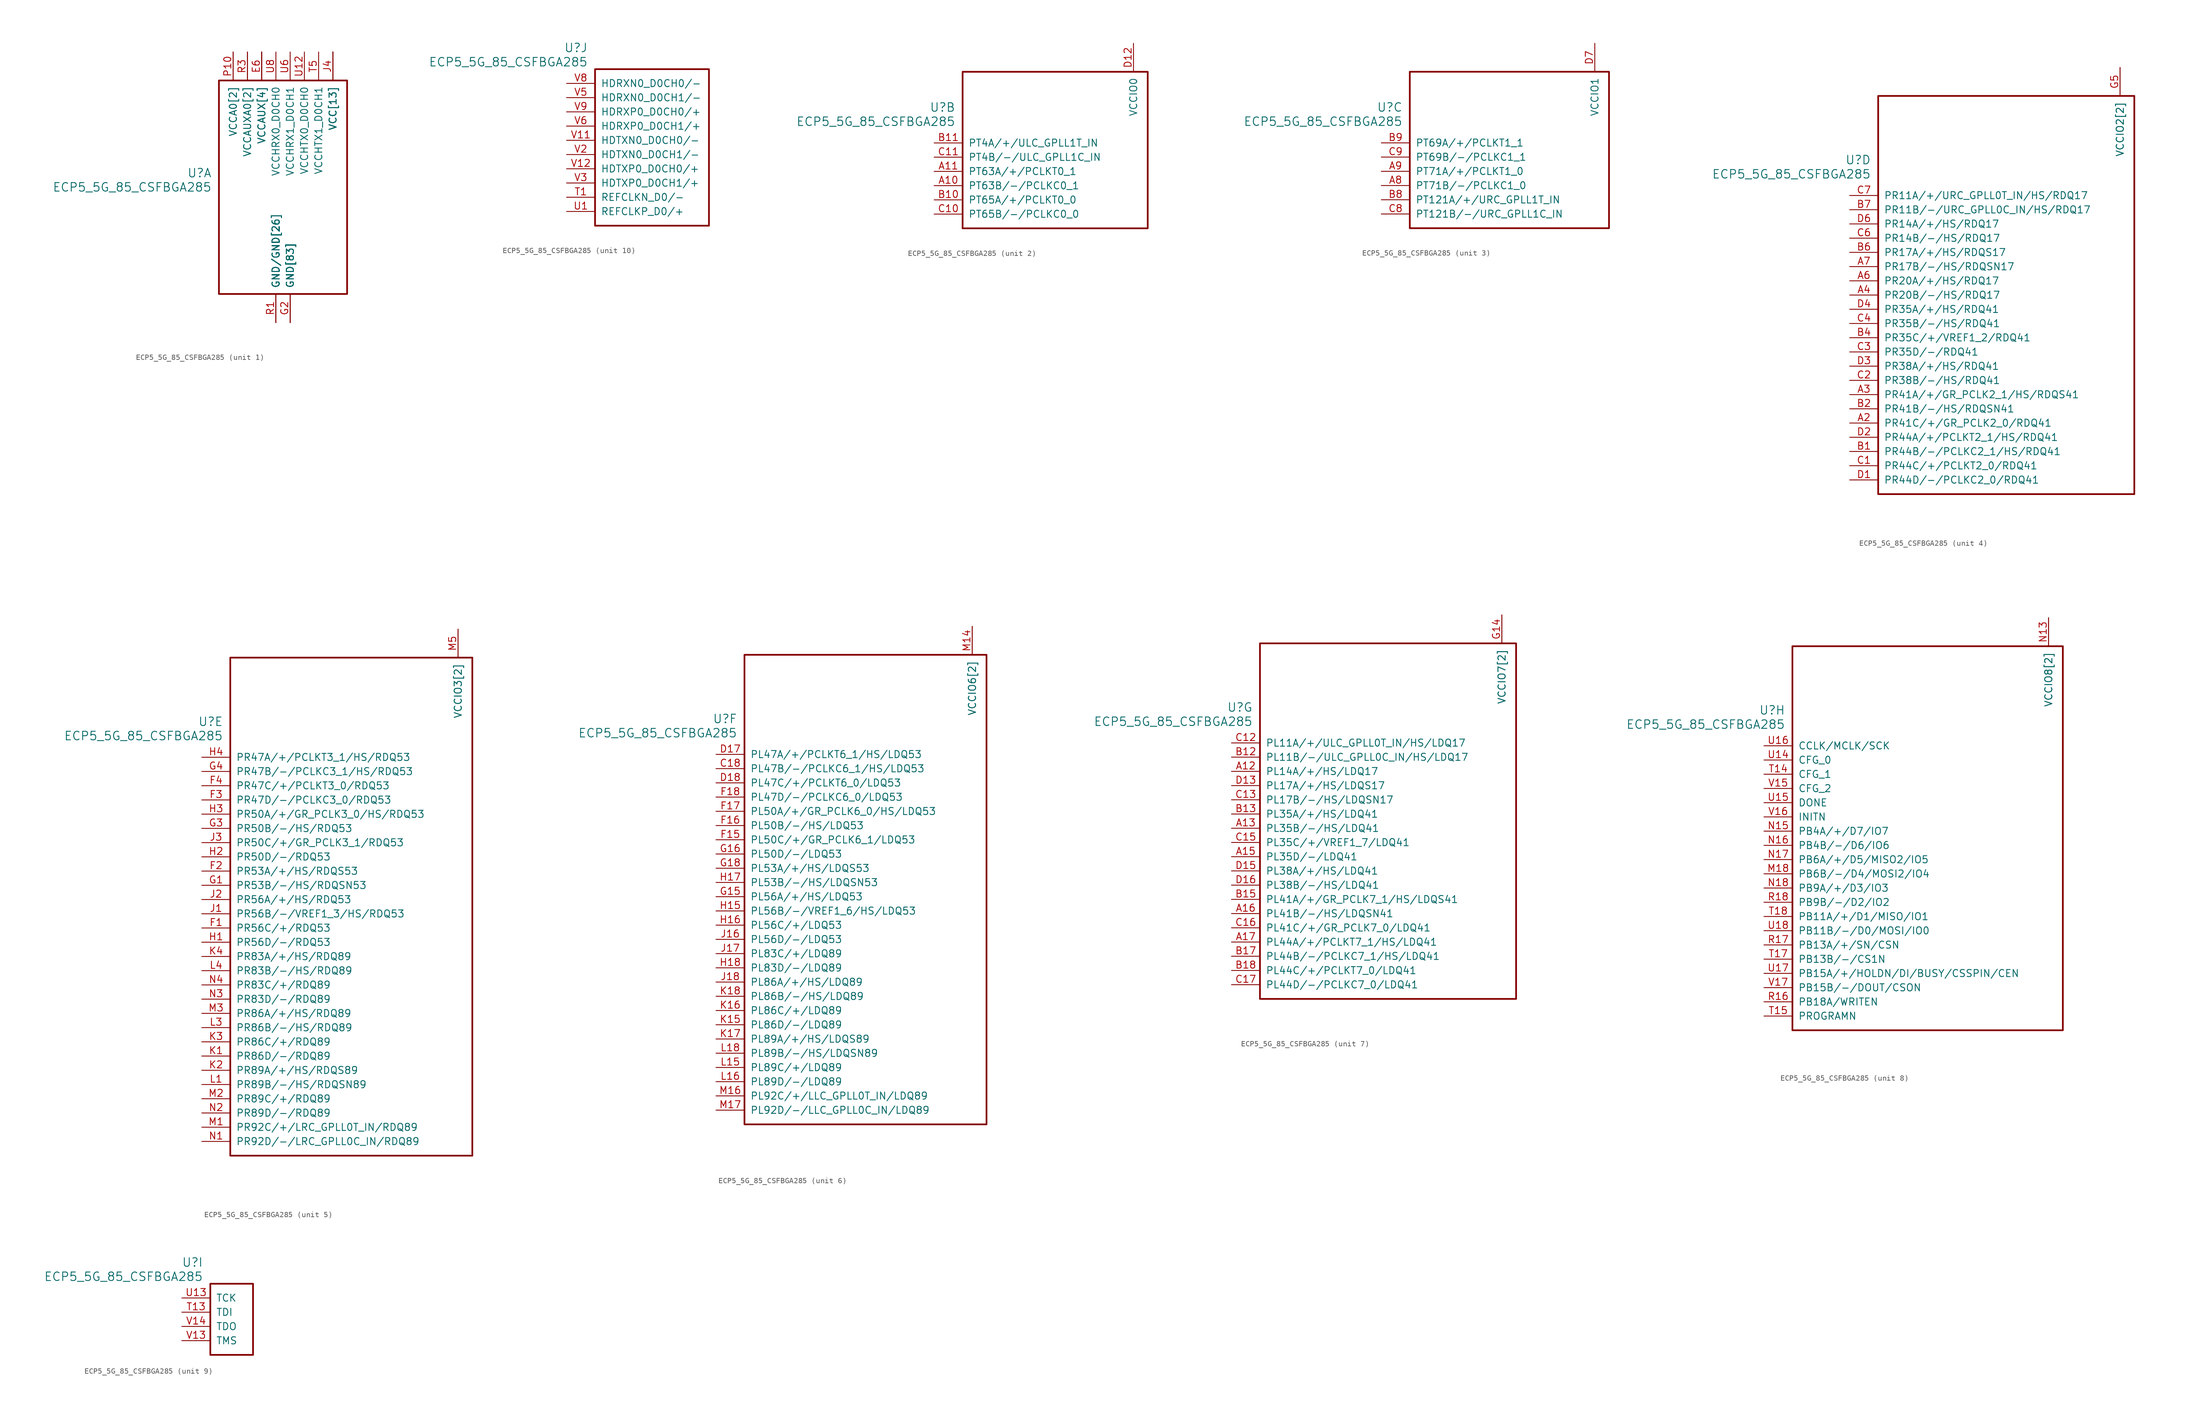
<source format=kicad_sym>
(kicad_symbol_lib
  (version 20241209)
  (generator "kicad_symbol_editor")
  (generator_version "9.0")
  (symbol "ECP5_5G_85_CSFBGA285"
    (pin_names
      (offset 1.016))
    (property "Reference" "U"
      (at 3.81 6.35 0)
      (effects (font (size 1.524 1.524)) (justify right)))
    (property "Value" "ECP5_5G_85_CSFBGA285"
      (at 3.81 3.81 0)
      (effects (font (size 1.524 1.524)) (justify right)))
    (property "ki_locked" ""
      (at 0 0 0)
      (effects (font (size 1.27 1.27))))
    (symbol "ECP5_5G_85_CSFBGA285_1_1"
      (rectangle (start 5.08 22.86) (end 27.94 -15.24) (stroke (width 0.305) (type solid)) (fill (type none)))
      (pin power_in line (at 7.62 27.94 270) (length 5.08) (name "VCCA0[2]" (effects (font (size 1.27 1.27)))) (number "P10" (effects (font (size 1.27 1.27)))))
      (pin power_in line (at 7.62 27.94 270) (length 5.08) (name "VCCA0[2]" (effects (font (size 1.27 1.27)))) (number "R10" (effects (font (size 0 0)))))
      (pin power_in line (at 10.16 27.94 270) (length 5.08) (name "VCCAUXA0[2]" (effects (font (size 1.27 1.27)))) (number "P5" (effects (font (size 0 0)))))
      (pin power_in line (at 10.16 27.94 270) (length 5.08) (name "VCCAUXA0[2]" (effects (font (size 1.27 1.27)))) (number "R3" (effects (font (size 1.27 1.27)))))
      (pin power_in line (at 12.7 27.94 270) (length 5.08) (name "VCCAUX[4]" (effects (font (size 1.27 1.27)))) (number "E13" (effects (font (size 0 0)))))
      (pin power_in line (at 12.7 27.94 270) (length 5.08) (name "VCCAUX[4]" (effects (font (size 1.27 1.27)))) (number "E6" (effects (font (size 1.27 1.27)))))
      (pin power_in line (at 12.7 27.94 270) (length 5.08) (name "VCCAUX[4]" (effects (font (size 1.27 1.27)))) (number "N6" (effects (font (size 0 0)))))
      (pin power_in line (at 12.7 27.94 270) (length 5.08) (name "VCCAUX[4]" (effects (font (size 1.27 1.27)))) (number "P13" (effects (font (size 0 0)))))
      (pin power_in line (at 15.24 27.94 270) (length 5.08) (name "VCCHRX0_D0CH0" (effects (font (size 1.27 1.27)))) (number "U8" (effects (font (size 1.27 1.27)))))
      (pin power_in line (at 15.24 -20.32 90) (length 5.08) (name "GND/GND[26]" (effects (font (size 1.27 1.27)))) (number "P12" (effects (font (size 0 0)))))
      (pin power_in line (at 15.24 -20.32 90) (length 5.08) (name "GND/GND[26]" (effects (font (size 1.27 1.27)))) (number "P6" (effects (font (size 0 0)))))
      (pin power_in line (at 15.24 -20.32 90) (length 5.08) (name "GND/GND[26]" (effects (font (size 1.27 1.27)))) (number "P8" (effects (font (size 0 0)))))
      (pin power_in line (at 15.24 -20.32 90) (length 5.08) (name "GND/GND[26]" (effects (font (size 1.27 1.27)))) (number "R1" (effects (font (size 1.27 1.27)))))
      (pin power_in line (at 15.24 -20.32 90) (length 5.08) (name "GND/GND[26]" (effects (font (size 1.27 1.27)))) (number "R2" (effects (font (size 0 0)))))
      (pin power_in line (at 15.24 -20.32 90) (length 5.08) (name "GND/GND[26]" (effects (font (size 1.27 1.27)))) (number "T10" (effects (font (size 0 0)))))
      (pin power_in line (at 15.24 -20.32 90) (length 5.08) (name "GND/GND[26]" (effects (font (size 1.27 1.27)))) (number "T11" (effects (font (size 0 0)))))
      (pin power_in line (at 15.24 -20.32 90) (length 5.08) (name "GND/GND[26]" (effects (font (size 1.27 1.27)))) (number "T12" (effects (font (size 0 0)))))
      (pin power_in line (at 15.24 -20.32 90) (length 5.08) (name "GND/GND[26]" (effects (font (size 1.27 1.27)))) (number "T2" (effects (font (size 0 0)))))
      (pin power_in line (at 15.24 -20.32 90) (length 5.08) (name "GND/GND[26]" (effects (font (size 1.27 1.27)))) (number "T3" (effects (font (size 0 0)))))
      (pin power_in line (at 15.24 -20.32 90) (length 5.08) (name "GND/GND[26]" (effects (font (size 1.27 1.27)))) (number "T4" (effects (font (size 0 0)))))
      (pin power_in line (at 15.24 -20.32 90) (length 5.08) (name "GND/GND[26]" (effects (font (size 1.27 1.27)))) (number "T6" (effects (font (size 0 0)))))
      (pin power_in line (at 15.24 -20.32 90) (length 5.08) (name "GND/GND[26]" (effects (font (size 1.27 1.27)))) (number "T7" (effects (font (size 0 0)))))
      (pin power_in line (at 15.24 -20.32 90) (length 5.08) (name "GND/GND[26]" (effects (font (size 1.27 1.27)))) (number "T8" (effects (font (size 0 0)))))
      (pin power_in line (at 15.24 -20.32 90) (length 5.08) (name "GND/GND[26]" (effects (font (size 1.27 1.27)))) (number "T9" (effects (font (size 0 0)))))
      (pin power_in line (at 15.24 -20.32 90) (length 5.08) (name "GND/GND[26]" (effects (font (size 1.27 1.27)))) (number "U10" (effects (font (size 0 0)))))
      (pin power_in line (at 15.24 -20.32 90) (length 5.08) (name "GND/GND[26]" (effects (font (size 1.27 1.27)))) (number "U11" (effects (font (size 0 0)))))
      (pin power_in line (at 15.24 -20.32 90) (length 5.08) (name "GND/GND[26]" (effects (font (size 1.27 1.27)))) (number "U2" (effects (font (size 0 0)))))
      (pin power_in line (at 15.24 -20.32 90) (length 5.08) (name "GND/GND[26]" (effects (font (size 1.27 1.27)))) (number "U3" (effects (font (size 0 0)))))
      (pin power_in line (at 15.24 -20.32 90) (length 5.08) (name "GND/GND[26]" (effects (font (size 1.27 1.27)))) (number "U4" (effects (font (size 0 0)))))
      (pin power_in line (at 15.24 -20.32 90) (length 5.08) (name "GND/GND[26]" (effects (font (size 1.27 1.27)))) (number "U5" (effects (font (size 0 0)))))
      (pin power_in line (at 15.24 -20.32 90) (length 5.08) (name "GND/GND[26]" (effects (font (size 1.27 1.27)))) (number "U7" (effects (font (size 0 0)))))
      (pin power_in line (at 15.24 -20.32 90) (length 5.08) (name "GND/GND[26]" (effects (font (size 1.27 1.27)))) (number "U9" (effects (font (size 0 0)))))
      (pin power_in line (at 15.24 -20.32 90) (length 5.08) (name "GND/GND[26]" (effects (font (size 1.27 1.27)))) (number "V10" (effects (font (size 0 0)))))
      (pin power_in line (at 15.24 -20.32 90) (length 5.08) (name "GND/GND[26]" (effects (font (size 1.27 1.27)))) (number "V4" (effects (font (size 0 0)))))
      (pin power_in line (at 15.24 -20.32 90) (length 5.08) (name "GND/GND[26]" (effects (font (size 1.27 1.27)))) (number "V7" (effects (font (size 0 0)))))
      (pin power_in line (at 17.78 27.94 270) (length 5.08) (name "VCCHRX1_D0CH1" (effects (font (size 1.27 1.27)))) (number "U6" (effects (font (size 1.27 1.27)))))
      (pin power_in line (at 17.78 -20.32 90) (length 5.08) (name "GND[83]" (effects (font (size 1.27 1.27)))) (number "B16" (effects (font (size 0 0)))))
      (pin power_in line (at 17.78 -20.32 90) (length 5.08) (name "GND[83]" (effects (font (size 1.27 1.27)))) (number "B3" (effects (font (size 0 0)))))
      (pin power_in line (at 17.78 -20.32 90) (length 5.08) (name "GND[83]" (effects (font (size 1.27 1.27)))) (number "E10" (effects (font (size 0 0)))))
      (pin power_in line (at 17.78 -20.32 90) (length 5.08) (name "GND[83]" (effects (font (size 1.27 1.27)))) (number "E11" (effects (font (size 0 0)))))
      (pin power_in line (at 17.78 -20.32 90) (length 5.08) (name "GND[83]" (effects (font (size 1.27 1.27)))) (number "E12" (effects (font (size 0 0)))))
      (pin power_in line (at 17.78 -20.32 90) (length 5.08) (name "GND[83]" (effects (font (size 1.27 1.27)))) (number "E14" (effects (font (size 0 0)))))
      (pin power_in line (at 17.78 -20.32 90) (length 5.08) (name "GND[83]" (effects (font (size 1.27 1.27)))) (number "E5" (effects (font (size 0 0)))))
      (pin power_in line (at 17.78 -20.32 90) (length 5.08) (name "GND[83]" (effects (font (size 1.27 1.27)))) (number "E7" (effects (font (size 0 0)))))
      (pin power_in line (at 17.78 -20.32 90) (length 5.08) (name "GND[83]" (effects (font (size 1.27 1.27)))) (number "E8" (effects (font (size 0 0)))))
      (pin power_in line (at 17.78 -20.32 90) (length 5.08) (name "GND[83]" (effects (font (size 1.27 1.27)))) (number "E9" (effects (font (size 0 0)))))
      (pin power_in line (at 17.78 -20.32 90) (length 5.08) (name "GND[83]" (effects (font (size 1.27 1.27)))) (number "F10" (effects (font (size 0 0)))))
      (pin power_in line (at 17.78 -20.32 90) (length 5.08) (name "GND[83]" (effects (font (size 1.27 1.27)))) (number "F11" (effects (font (size 0 0)))))
      (pin power_in line (at 17.78 -20.32 90) (length 5.08) (name "GND[83]" (effects (font (size 1.27 1.27)))) (number "F12" (effects (font (size 0 0)))))
      (pin power_in line (at 17.78 -20.32 90) (length 5.08) (name "GND[83]" (effects (font (size 1.27 1.27)))) (number "F13" (effects (font (size 0 0)))))
      (pin power_in line (at 17.78 -20.32 90) (length 5.08) (name "GND[83]" (effects (font (size 1.27 1.27)))) (number "F14" (effects (font (size 0 0)))))
      (pin power_in line (at 17.78 -20.32 90) (length 5.08) (name "GND[83]" (effects (font (size 1.27 1.27)))) (number "F5" (effects (font (size 0 0)))))
      (pin power_in line (at 17.78 -20.32 90) (length 5.08) (name "GND[83]" (effects (font (size 1.27 1.27)))) (number "F6" (effects (font (size 0 0)))))
      (pin power_in line (at 17.78 -20.32 90) (length 5.08) (name "GND[83]" (effects (font (size 1.27 1.27)))) (number "F7" (effects (font (size 0 0)))))
      (pin power_in line (at 17.78 -20.32 90) (length 5.08) (name "GND[83]" (effects (font (size 1.27 1.27)))) (number "F8" (effects (font (size 0 0)))))
      (pin power_in line (at 17.78 -20.32 90) (length 5.08) (name "GND[83]" (effects (font (size 1.27 1.27)))) (number "F9" (effects (font (size 0 0)))))
      (pin power_in line (at 17.78 -20.32 90) (length 5.08) (name "GND[83]" (effects (font (size 1.27 1.27)))) (number "G10" (effects (font (size 0 0)))))
      (pin power_in line (at 17.78 -20.32 90) (length 5.08) (name "GND[83]" (effects (font (size 1.27 1.27)))) (number "G11" (effects (font (size 0 0)))))
      (pin power_in line (at 17.78 -20.32 90) (length 5.08) (name "GND[83]" (effects (font (size 1.27 1.27)))) (number "G12" (effects (font (size 0 0)))))
      (pin power_in line (at 17.78 -20.32 90) (length 5.08) (name "GND[83]" (effects (font (size 1.27 1.27)))) (number "G13" (effects (font (size 0 0)))))
      (pin power_in line (at 17.78 -20.32 90) (length 5.08) (name "GND[83]" (effects (font (size 1.27 1.27)))) (number "G17" (effects (font (size 0 0)))))
      (pin power_in line (at 17.78 -20.32 90) (length 5.08) (name "GND[83]" (effects (font (size 1.27 1.27)))) (number "G2" (effects (font (size 1.27 1.27)))))
      (pin power_in line (at 17.78 -20.32 90) (length 5.08) (name "GND[83]" (effects (font (size 1.27 1.27)))) (number "G6" (effects (font (size 0 0)))))
      (pin power_in line (at 17.78 -20.32 90) (length 5.08) (name "GND[83]" (effects (font (size 1.27 1.27)))) (number "G7" (effects (font (size 0 0)))))
      (pin power_in line (at 17.78 -20.32 90) (length 5.08) (name "GND[83]" (effects (font (size 1.27 1.27)))) (number "G8" (effects (font (size 0 0)))))
      (pin power_in line (at 17.78 -20.32 90) (length 5.08) (name "GND[83]" (effects (font (size 1.27 1.27)))) (number "G9" (effects (font (size 0 0)))))
      (pin power_in line (at 17.78 -20.32 90) (length 5.08) (name "GND[83]" (effects (font (size 1.27 1.27)))) (number "H10" (effects (font (size 0 0)))))
      (pin power_in line (at 17.78 -20.32 90) (length 5.08) (name "GND[83]" (effects (font (size 1.27 1.27)))) (number "H11" (effects (font (size 0 0)))))
      (pin power_in line (at 17.78 -20.32 90) (length 5.08) (name "GND[83]" (effects (font (size 1.27 1.27)))) (number "H12" (effects (font (size 0 0)))))
      (pin power_in line (at 17.78 -20.32 90) (length 5.08) (name "GND[83]" (effects (font (size 1.27 1.27)))) (number "H13" (effects (font (size 0 0)))))
      (pin power_in line (at 17.78 -20.32 90) (length 5.08) (name "GND[83]" (effects (font (size 1.27 1.27)))) (number "H6" (effects (font (size 0 0)))))
      (pin power_in line (at 17.78 -20.32 90) (length 5.08) (name "GND[83]" (effects (font (size 1.27 1.27)))) (number "H7" (effects (font (size 0 0)))))
      (pin power_in line (at 17.78 -20.32 90) (length 5.08) (name "GND[83]" (effects (font (size 1.27 1.27)))) (number "H8" (effects (font (size 0 0)))))
      (pin power_in line (at 17.78 -20.32 90) (length 5.08) (name "GND[83]" (effects (font (size 1.27 1.27)))) (number "H9" (effects (font (size 0 0)))))
      (pin power_in line (at 17.78 -20.32 90) (length 5.08) (name "GND[83]" (effects (font (size 1.27 1.27)))) (number "J10" (effects (font (size 0 0)))))
      (pin power_in line (at 17.78 -20.32 90) (length 5.08) (name "GND[83]" (effects (font (size 1.27 1.27)))) (number "J11" (effects (font (size 0 0)))))
      (pin power_in line (at 17.78 -20.32 90) (length 5.08) (name "GND[83]" (effects (font (size 1.27 1.27)))) (number "J12" (effects (font (size 0 0)))))
      (pin power_in line (at 17.78 -20.32 90) (length 5.08) (name "GND[83]" (effects (font (size 1.27 1.27)))) (number "J13" (effects (font (size 0 0)))))
      (pin power_in line (at 17.78 -20.32 90) (length 5.08) (name "GND[83]" (effects (font (size 1.27 1.27)))) (number "J6" (effects (font (size 0 0)))))
      (pin power_in line (at 17.78 -20.32 90) (length 5.08) (name "GND[83]" (effects (font (size 1.27 1.27)))) (number "J7" (effects (font (size 0 0)))))
      (pin power_in line (at 17.78 -20.32 90) (length 5.08) (name "GND[83]" (effects (font (size 1.27 1.27)))) (number "J8" (effects (font (size 0 0)))))
      (pin power_in line (at 17.78 -20.32 90) (length 5.08) (name "GND[83]" (effects (font (size 1.27 1.27)))) (number "J9" (effects (font (size 0 0)))))
      (pin power_in line (at 17.78 -20.32 90) (length 5.08) (name "GND[83]" (effects (font (size 1.27 1.27)))) (number "K10" (effects (font (size 0 0)))))
      (pin power_in line (at 17.78 -20.32 90) (length 5.08) (name "GND[83]" (effects (font (size 1.27 1.27)))) (number "K11" (effects (font (size 0 0)))))
      (pin power_in line (at 17.78 -20.32 90) (length 5.08) (name "GND[83]" (effects (font (size 1.27 1.27)))) (number "K12" (effects (font (size 0 0)))))
      (pin power_in line (at 17.78 -20.32 90) (length 5.08) (name "GND[83]" (effects (font (size 1.27 1.27)))) (number "K13" (effects (font (size 0 0)))))
      (pin power_in line (at 17.78 -20.32 90) (length 5.08) (name "GND[83]" (effects (font (size 1.27 1.27)))) (number "K14" (effects (font (size 0 0)))))
      (pin power_in line (at 17.78 -20.32 90) (length 5.08) (name "GND[83]" (effects (font (size 1.27 1.27)))) (number "K5" (effects (font (size 0 0)))))
      (pin power_in line (at 17.78 -20.32 90) (length 5.08) (name "GND[83]" (effects (font (size 1.27 1.27)))) (number "K6" (effects (font (size 0 0)))))
      (pin power_in line (at 17.78 -20.32 90) (length 5.08) (name "GND[83]" (effects (font (size 1.27 1.27)))) (number "K7" (effects (font (size 0 0)))))
      (pin power_in line (at 17.78 -20.32 90) (length 5.08) (name "GND[83]" (effects (font (size 1.27 1.27)))) (number "K8" (effects (font (size 0 0)))))
      (pin power_in line (at 17.78 -20.32 90) (length 5.08) (name "GND[83]" (effects (font (size 1.27 1.27)))) (number "K9" (effects (font (size 0 0)))))
      (pin power_in line (at 17.78 -20.32 90) (length 5.08) (name "GND[83]" (effects (font (size 1.27 1.27)))) (number "L10" (effects (font (size 0 0)))))
      (pin power_in line (at 17.78 -20.32 90) (length 5.08) (name "GND[83]" (effects (font (size 1.27 1.27)))) (number "L11" (effects (font (size 0 0)))))
      (pin power_in line (at 17.78 -20.32 90) (length 5.08) (name "GND[83]" (effects (font (size 1.27 1.27)))) (number "L12" (effects (font (size 0 0)))))
      (pin power_in line (at 17.78 -20.32 90) (length 5.08) (name "GND[83]" (effects (font (size 1.27 1.27)))) (number "L13" (effects (font (size 0 0)))))
      (pin power_in line (at 17.78 -20.32 90) (length 5.08) (name "GND[83]" (effects (font (size 1.27 1.27)))) (number "L14" (effects (font (size 0 0)))))
      (pin power_in line (at 17.78 -20.32 90) (length 5.08) (name "GND[83]" (effects (font (size 1.27 1.27)))) (number "L17" (effects (font (size 0 0)))))
      (pin power_in line (at 17.78 -20.32 90) (length 5.08) (name "GND[83]" (effects (font (size 1.27 1.27)))) (number "L2" (effects (font (size 0 0)))))
      (pin power_in line (at 17.78 -20.32 90) (length 5.08) (name "GND[83]" (effects (font (size 1.27 1.27)))) (number "L5" (effects (font (size 0 0)))))
      (pin power_in line (at 17.78 -20.32 90) (length 5.08) (name "GND[83]" (effects (font (size 1.27 1.27)))) (number "L6" (effects (font (size 0 0)))))
      (pin power_in line (at 17.78 -20.32 90) (length 5.08) (name "GND[83]" (effects (font (size 1.27 1.27)))) (number "L7" (effects (font (size 0 0)))))
      (pin power_in line (at 17.78 -20.32 90) (length 5.08) (name "GND[83]" (effects (font (size 1.27 1.27)))) (number "L8" (effects (font (size 0 0)))))
      (pin power_in line (at 17.78 -20.32 90) (length 5.08) (name "GND[83]" (effects (font (size 1.27 1.27)))) (number "L9" (effects (font (size 0 0)))))
      (pin power_in line (at 17.78 -20.32 90) (length 5.08) (name "GND[83]" (effects (font (size 1.27 1.27)))) (number "M10" (effects (font (size 0 0)))))
      (pin power_in line (at 17.78 -20.32 90) (length 5.08) (name "GND[83]" (effects (font (size 1.27 1.27)))) (number "M11" (effects (font (size 0 0)))))
      (pin power_in line (at 17.78 -20.32 90) (length 5.08) (name "GND[83]" (effects (font (size 1.27 1.27)))) (number "M12" (effects (font (size 0 0)))))
      (pin power_in line (at 17.78 -20.32 90) (length 5.08) (name "GND[83]" (effects (font (size 1.27 1.27)))) (number "M13" (effects (font (size 0 0)))))
      (pin power_in line (at 17.78 -20.32 90) (length 5.08) (name "GND[83]" (effects (font (size 1.27 1.27)))) (number "M6" (effects (font (size 0 0)))))
      (pin power_in line (at 17.78 -20.32 90) (length 5.08) (name "GND[83]" (effects (font (size 1.27 1.27)))) (number "M7" (effects (font (size 0 0)))))
      (pin power_in line (at 17.78 -20.32 90) (length 5.08) (name "GND[83]" (effects (font (size 1.27 1.27)))) (number "M8" (effects (font (size 0 0)))))
      (pin power_in line (at 17.78 -20.32 90) (length 5.08) (name "GND[83]" (effects (font (size 1.27 1.27)))) (number "M9" (effects (font (size 0 0)))))
      (pin power_in line (at 17.78 -20.32 90) (length 5.08) (name "GND[83]" (effects (font (size 1.27 1.27)))) (number "N10" (effects (font (size 0 0)))))
      (pin power_in line (at 17.78 -20.32 90) (length 5.08) (name "GND[83]" (effects (font (size 1.27 1.27)))) (number "N11" (effects (font (size 0 0)))))
      (pin power_in line (at 17.78 -20.32 90) (length 5.08) (name "GND[83]" (effects (font (size 1.27 1.27)))) (number "N12" (effects (font (size 0 0)))))
      (pin power_in line (at 17.78 -20.32 90) (length 5.08) (name "GND[83]" (effects (font (size 1.27 1.27)))) (number "N7" (effects (font (size 0 0)))))
      (pin power_in line (at 17.78 -20.32 90) (length 5.08) (name "GND[83]" (effects (font (size 1.27 1.27)))) (number "N8" (effects (font (size 0 0)))))
      (pin power_in line (at 17.78 -20.32 90) (length 5.08) (name "GND[83]" (effects (font (size 1.27 1.27)))) (number "N9" (effects (font (size 0 0)))))
      (pin power_in line (at 17.78 -20.32 90) (length 5.08) (name "GND[83]" (effects (font (size 1.27 1.27)))) (number "T16" (effects (font (size 0 0)))))
      (pin power_in line (at 20.32 27.94 270) (length 5.08) (name "VCCHTX0_D0CH0" (effects (font (size 1.27 1.27)))) (number "U12" (effects (font (size 1.27 1.27)))))
      (pin power_in line (at 22.86 27.94 270) (length 5.08) (name "VCCHTX1_D0CH1" (effects (font (size 1.27 1.27)))) (number "T5" (effects (font (size 1.27 1.27)))))
      (pin power_in line (at 25.4 27.94 270) (length 5.08) (name "VCC[13]" (effects (font (size 1.27 1.27)))) (number "D10" (effects (font (size 0 0)))))
      (pin power_in line (at 25.4 27.94 270) (length 5.08) (name "VCC[13]" (effects (font (size 1.27 1.27)))) (number "D11" (effects (font (size 0 0)))))
      (pin power_in line (at 25.4 27.94 270) (length 5.08) (name "VCC[13]" (effects (font (size 1.27 1.27)))) (number "D8" (effects (font (size 0 0)))))
      (pin power_in line (at 25.4 27.94 270) (length 5.08) (name "VCC[13]" (effects (font (size 1.27 1.27)))) (number "D9" (effects (font (size 0 0)))))
      (pin power_in line (at 25.4 27.94 270) (length 5.08) (name "VCC[13]" (effects (font (size 1.27 1.27)))) (number "J14" (effects (font (size 0 0)))))
      (pin power_in line (at 25.4 27.94 270) (length 5.08) (name "VCC[13]" (effects (font (size 1.27 1.27)))) (number "J15" (effects (font (size 0 0)))))
      (pin power_in line (at 25.4 27.94 270) (length 5.08) (name "VCC[13]" (effects (font (size 1.27 1.27)))) (number "J4" (effects (font (size 1.27 1.27)))))
      (pin power_in line (at 25.4 27.94 270) (length 5.08) (name "VCC[13]" (effects (font (size 1.27 1.27)))) (number "J5" (effects (font (size 0 0)))))
      (pin power_in line (at 25.4 27.94 270) (length 5.08) (name "VCC[13]" (effects (font (size 1.27 1.27)))) (number "M15" (effects (font (size 0 0)))))
      (pin power_in line (at 25.4 27.94 270) (length 5.08) (name "VCC[13]" (effects (font (size 1.27 1.27)))) (number "M4" (effects (font (size 0 0)))))
      (pin power_in line (at 25.4 27.94 270) (length 5.08) (name "VCC[13]" (effects (font (size 1.27 1.27)))) (number "P11" (effects (font (size 0 0)))))
      (pin power_in line (at 25.4 27.94 270) (length 5.08) (name "VCC[13]" (effects (font (size 1.27 1.27)))) (number "P7" (effects (font (size 0 0)))))
      (pin power_in line (at 25.4 27.94 270) (length 5.08) (name "VCC[13]" (effects (font (size 1.27 1.27)))) (number "P9" (effects (font (size 0 0))))))
    (symbol "ECP5_5G_85_CSFBGA285_2_1"
      (rectangle (start 5.08 12.7) (end 38.1 -15.24) (stroke (width 0.305) (type solid)) (fill (type none)))
      (pin bidirectional line (at 0 0 0) (length 5.08) (name "PT4A/+/ULC_GPLL1T_IN" (effects (font (size 1.27 1.27)))) (number "B11" (effects (font (size 1.27 1.27)))))
      (pin bidirectional line (at 0 -2.54 0) (length 5.08) (name "PT4B/-/ULC_GPLL1C_IN" (effects (font (size 1.27 1.27)))) (number "C11" (effects (font (size 1.27 1.27)))))
      (pin bidirectional line (at 0 -5.08 0) (length 5.08) (name "PT63A/+/PCLKT0_1" (effects (font (size 1.27 1.27)))) (number "A11" (effects (font (size 1.27 1.27)))))
      (pin bidirectional line (at 0 -7.62 0) (length 5.08) (name "PT63B/-/PCLKC0_1" (effects (font (size 1.27 1.27)))) (number "A10" (effects (font (size 1.27 1.27)))))
      (pin bidirectional line (at 0 -10.16 0) (length 5.08) (name "PT65A/+/PCLKT0_0" (effects (font (size 1.27 1.27)))) (number "B10" (effects (font (size 1.27 1.27)))))
      (pin bidirectional line (at 0 -12.7 0) (length 5.08) (name "PT65B/-/PCLKC0_0" (effects (font (size 1.27 1.27)))) (number "C10" (effects (font (size 1.27 1.27)))))
      (pin power_in line (at 35.56 17.78 270) (length 5.08) (name "VCCIO0" (effects (font (size 1.27 1.27)))) (number "D12" (effects (font (size 1.27 1.27))))))
    (symbol "ECP5_5G_85_CSFBGA285_3_1"
      (rectangle (start 5.08 12.7) (end 40.64 -15.24) (stroke (width 0.305) (type solid)) (fill (type none)))
      (pin bidirectional line (at 0 0 0) (length 5.08) (name "PT69A/+/PCLKT1_1" (effects (font (size 1.27 1.27)))) (number "B9" (effects (font (size 1.27 1.27)))))
      (pin bidirectional line (at 0 -2.54 0) (length 5.08) (name "PT69B/-/PCLKC1_1" (effects (font (size 1.27 1.27)))) (number "C9" (effects (font (size 1.27 1.27)))))
      (pin bidirectional line (at 0 -5.08 0) (length 5.08) (name "PT71A/+/PCLKT1_0" (effects (font (size 1.27 1.27)))) (number "A9" (effects (font (size 1.27 1.27)))))
      (pin bidirectional line (at 0 -7.62 0) (length 5.08) (name "PT71B/-/PCLKC1_0" (effects (font (size 1.27 1.27)))) (number "A8" (effects (font (size 1.27 1.27)))))
      (pin bidirectional line (at 0 -10.16 0) (length 5.08) (name "PT121A/+/URC_GPLL1T_IN" (effects (font (size 1.27 1.27)))) (number "B8" (effects (font (size 1.27 1.27)))))
      (pin bidirectional line (at 0 -12.7 0) (length 5.08) (name "PT121B/-/URC_GPLL1C_IN" (effects (font (size 1.27 1.27)))) (number "C8" (effects (font (size 1.27 1.27)))))
      (pin power_in line (at 38.1 17.78 270) (length 5.08) (name "VCCIO1" (effects (font (size 1.27 1.27)))) (number "D7" (effects (font (size 1.27 1.27))))))
    (symbol "ECP5_5G_85_CSFBGA285_4_1"
      (rectangle (start 5.08 17.78) (end 50.8 -53.34) (stroke (width 0.305) (type solid)) (fill (type none)))
      (pin bidirectional line (at 0 0 0) (length 5.08) (name "PR11A/+/URC_GPLL0T_IN/HS/RDQ17" (effects (font (size 1.27 1.27)))) (number "C7" (effects (font (size 1.27 1.27)))))
      (pin bidirectional line (at 0 -2.54 0) (length 5.08) (name "PR11B/-/URC_GPLL0C_IN/HS/RDQ17" (effects (font (size 1.27 1.27)))) (number "B7" (effects (font (size 1.27 1.27)))))
      (pin bidirectional line (at 0 -5.08 0) (length 5.08) (name "PR14A/+/HS/RDQ17" (effects (font (size 1.27 1.27)))) (number "D6" (effects (font (size 1.27 1.27)))))
      (pin bidirectional line (at 0 -7.62 0) (length 5.08) (name "PR14B/-/HS/RDQ17" (effects (font (size 1.27 1.27)))) (number "C6" (effects (font (size 1.27 1.27)))))
      (pin bidirectional line (at 0 -10.16 0) (length 5.08) (name "PR17A/+/HS/RDQS17" (effects (font (size 1.27 1.27)))) (number "B6" (effects (font (size 1.27 1.27)))))
      (pin bidirectional line (at 0 -12.7 0) (length 5.08) (name "PR17B/-/HS/RDQSN17" (effects (font (size 1.27 1.27)))) (number "A7" (effects (font (size 1.27 1.27)))))
      (pin bidirectional line (at 0 -15.24 0) (length 5.08) (name "PR20A/+/HS/RDQ17" (effects (font (size 1.27 1.27)))) (number "A6" (effects (font (size 1.27 1.27)))))
      (pin bidirectional line (at 0 -17.78 0) (length 5.08) (name "PR20B/-/HS/RDQ17" (effects (font (size 1.27 1.27)))) (number "A4" (effects (font (size 1.27 1.27)))))
      (pin bidirectional line (at 0 -20.32 0) (length 5.08) (name "PR35A/+/HS/RDQ41" (effects (font (size 1.27 1.27)))) (number "D4" (effects (font (size 1.27 1.27)))))
      (pin bidirectional line (at 0 -22.86 0) (length 5.08) (name "PR35B/-/HS/RDQ41" (effects (font (size 1.27 1.27)))) (number "C4" (effects (font (size 1.27 1.27)))))
      (pin bidirectional line (at 0 -25.4 0) (length 5.08) (name "PR35C/+/VREF1_2/RDQ41" (effects (font (size 1.27 1.27)))) (number "B4" (effects (font (size 1.27 1.27)))))
      (pin bidirectional line (at 0 -27.94 0) (length 5.08) (name "PR35D/-/RDQ41" (effects (font (size 1.27 1.27)))) (number "C3" (effects (font (size 1.27 1.27)))))
      (pin bidirectional line (at 0 -30.48 0) (length 5.08) (name "PR38A/+/HS/RDQ41" (effects (font (size 1.27 1.27)))) (number "D3" (effects (font (size 1.27 1.27)))))
      (pin bidirectional line (at 0 -33.02 0) (length 5.08) (name "PR38B/-/HS/RDQ41" (effects (font (size 1.27 1.27)))) (number "C2" (effects (font (size 1.27 1.27)))))
      (pin bidirectional line (at 0 -35.56 0) (length 5.08) (name "PR41A/+/GR_PCLK2_1/HS/RDQS41" (effects (font (size 1.27 1.27)))) (number "A3" (effects (font (size 1.27 1.27)))))
      (pin bidirectional line (at 0 -38.1 0) (length 5.08) (name "PR41B/-/HS/RDQSN41" (effects (font (size 1.27 1.27)))) (number "B2" (effects (font (size 1.27 1.27)))))
      (pin bidirectional line (at 0 -40.64 0) (length 5.08) (name "PR41C/+/GR_PCLK2_0/RDQ41" (effects (font (size 1.27 1.27)))) (number "A2" (effects (font (size 1.27 1.27)))))
      (pin bidirectional line (at 0 -43.18 0) (length 5.08) (name "PR44A/+/PCLKT2_1/HS/RDQ41" (effects (font (size 1.27 1.27)))) (number "D2" (effects (font (size 1.27 1.27)))))
      (pin bidirectional line (at 0 -45.72 0) (length 5.08) (name "PR44B/-/PCLKC2_1/HS/RDQ41" (effects (font (size 1.27 1.27)))) (number "B1" (effects (font (size 1.27 1.27)))))
      (pin bidirectional line (at 0 -48.26 0) (length 5.08) (name "PR44C/+/PCLKT2_0/RDQ41" (effects (font (size 1.27 1.27)))) (number "C1" (effects (font (size 1.27 1.27)))))
      (pin bidirectional line (at 0 -50.8 0) (length 5.08) (name "PR44D/-/PCLKC2_0/RDQ41" (effects (font (size 1.27 1.27)))) (number "D1" (effects (font (size 1.27 1.27)))))
      (pin power_in line (at 48.26 22.86 270) (length 5.08) (name "VCCIO2[2]" (effects (font (size 1.27 1.27)))) (number "G5" (effects (font (size 1.27 1.27)))))
      (pin power_in line (at 48.26 22.86 270) (length 5.08) (name "VCCIO2[2]" (effects (font (size 1.27 1.27)))) (number "H5" (effects (font (size 0 0))))))
    (symbol "ECP5_5G_85_CSFBGA285_5_1"
      (rectangle (start 5.08 17.78) (end 48.26 -71.12) (stroke (width 0.305) (type solid)) (fill (type none)))
      (pin bidirectional line (at 0 0 0) (length 5.08) (name "PR47A/+/PCLKT3_1/HS/RDQ53" (effects (font (size 1.27 1.27)))) (number "H4" (effects (font (size 1.27 1.27)))))
      (pin bidirectional line (at 0 -2.54 0) (length 5.08) (name "PR47B/-/PCLKC3_1/HS/RDQ53" (effects (font (size 1.27 1.27)))) (number "G4" (effects (font (size 1.27 1.27)))))
      (pin bidirectional line (at 0 -5.08 0) (length 5.08) (name "PR47C/+/PCLKT3_0/RDQ53" (effects (font (size 1.27 1.27)))) (number "F4" (effects (font (size 1.27 1.27)))))
      (pin bidirectional line (at 0 -7.62 0) (length 5.08) (name "PR47D/-/PCLKC3_0/RDQ53" (effects (font (size 1.27 1.27)))) (number "F3" (effects (font (size 1.27 1.27)))))
      (pin bidirectional line (at 0 -10.16 0) (length 5.08) (name "PR50A/+/GR_PCLK3_0/HS/RDQ53" (effects (font (size 1.27 1.27)))) (number "H3" (effects (font (size 1.27 1.27)))))
      (pin bidirectional line (at 0 -12.7 0) (length 5.08) (name "PR50B/-/HS/RDQ53" (effects (font (size 1.27 1.27)))) (number "G3" (effects (font (size 1.27 1.27)))))
      (pin bidirectional line (at 0 -15.24 0) (length 5.08) (name "PR50C/+/GR_PCLK3_1/RDQ53" (effects (font (size 1.27 1.27)))) (number "J3" (effects (font (size 1.27 1.27)))))
      (pin bidirectional line (at 0 -17.78 0) (length 5.08) (name "PR50D/-/RDQ53" (effects (font (size 1.27 1.27)))) (number "H2" (effects (font (size 1.27 1.27)))))
      (pin bidirectional line (at 0 -20.32 0) (length 5.08) (name "PR53A/+/HS/RDQS53" (effects (font (size 1.27 1.27)))) (number "F2" (effects (font (size 1.27 1.27)))))
      (pin bidirectional line (at 0 -22.86 0) (length 5.08) (name "PR53B/-/HS/RDQSN53" (effects (font (size 1.27 1.27)))) (number "G1" (effects (font (size 1.27 1.27)))))
      (pin bidirectional line (at 0 -25.4 0) (length 5.08) (name "PR56A/+/HS/RDQ53" (effects (font (size 1.27 1.27)))) (number "J2" (effects (font (size 1.27 1.27)))))
      (pin bidirectional line (at 0 -27.94 0) (length 5.08) (name "PR56B/-/VREF1_3/HS/RDQ53" (effects (font (size 1.27 1.27)))) (number "J1" (effects (font (size 1.27 1.27)))))
      (pin bidirectional line (at 0 -30.48 0) (length 5.08) (name "PR56C/+/RDQ53" (effects (font (size 1.27 1.27)))) (number "F1" (effects (font (size 1.27 1.27)))))
      (pin bidirectional line (at 0 -33.02 0) (length 5.08) (name "PR56D/-/RDQ53" (effects (font (size 1.27 1.27)))) (number "H1" (effects (font (size 1.27 1.27)))))
      (pin bidirectional line (at 0 -35.56 0) (length 5.08) (name "PR83A/+/HS/RDQ89" (effects (font (size 1.27 1.27)))) (number "K4" (effects (font (size 1.27 1.27)))))
      (pin bidirectional line (at 0 -38.1 0) (length 5.08) (name "PR83B/-/HS/RDQ89" (effects (font (size 1.27 1.27)))) (number "L4" (effects (font (size 1.27 1.27)))))
      (pin bidirectional line (at 0 -40.64 0) (length 5.08) (name "PR83C/+/RDQ89" (effects (font (size 1.27 1.27)))) (number "N4" (effects (font (size 1.27 1.27)))))
      (pin bidirectional line (at 0 -43.18 0) (length 5.08) (name "PR83D/-/RDQ89" (effects (font (size 1.27 1.27)))) (number "N3" (effects (font (size 1.27 1.27)))))
      (pin bidirectional line (at 0 -45.72 0) (length 5.08) (name "PR86A/+/HS/RDQ89" (effects (font (size 1.27 1.27)))) (number "M3" (effects (font (size 1.27 1.27)))))
      (pin bidirectional line (at 0 -48.26 0) (length 5.08) (name "PR86B/-/HS/RDQ89" (effects (font (size 1.27 1.27)))) (number "L3" (effects (font (size 1.27 1.27)))))
      (pin bidirectional line (at 0 -50.8 0) (length 5.08) (name "PR86C/+/RDQ89" (effects (font (size 1.27 1.27)))) (number "K3" (effects (font (size 1.27 1.27)))))
      (pin bidirectional line (at 0 -53.34 0) (length 5.08) (name "PR86D/-/RDQ89" (effects (font (size 1.27 1.27)))) (number "K1" (effects (font (size 1.27 1.27)))))
      (pin bidirectional line (at 0 -55.88 0) (length 5.08) (name "PR89A/+/HS/RDQS89" (effects (font (size 1.27 1.27)))) (number "K2" (effects (font (size 1.27 1.27)))))
      (pin bidirectional line (at 0 -58.42 0) (length 5.08) (name "PR89B/-/HS/RDQSN89" (effects (font (size 1.27 1.27)))) (number "L1" (effects (font (size 1.27 1.27)))))
      (pin bidirectional line (at 0 -60.96 0) (length 5.08) (name "PR89C/+/RDQ89" (effects (font (size 1.27 1.27)))) (number "M2" (effects (font (size 1.27 1.27)))))
      (pin bidirectional line (at 0 -63.5 0) (length 5.08) (name "PR89D/-/RDQ89" (effects (font (size 1.27 1.27)))) (number "N2" (effects (font (size 1.27 1.27)))))
      (pin bidirectional line (at 0 -66.04 0) (length 5.08) (name "PR92C/+/LRC_GPLL0T_IN/RDQ89" (effects (font (size 1.27 1.27)))) (number "M1" (effects (font (size 1.27 1.27)))))
      (pin bidirectional line (at 0 -68.58 0) (length 5.08) (name "PR92D/-/LRC_GPLL0C_IN/RDQ89" (effects (font (size 1.27 1.27)))) (number "N1" (effects (font (size 1.27 1.27)))))
      (pin power_in line (at 45.72 22.86 270) (length 5.08) (name "VCCIO3[2]" (effects (font (size 1.27 1.27)))) (number "M5" (effects (font (size 1.27 1.27)))))
      (pin power_in line (at 45.72 22.86 270) (length 5.08) (name "VCCIO3[2]" (effects (font (size 1.27 1.27)))) (number "N5" (effects (font (size 0 0))))))
    (symbol "ECP5_5G_85_CSFBGA285_6_1"
      (rectangle (start 5.08 17.78) (end 48.26 -66.04) (stroke (width 0.305) (type solid)) (fill (type none)))
      (pin bidirectional line (at 0 0 0) (length 5.08) (name "PL47A/+/PCLKT6_1/HS/LDQ53" (effects (font (size 1.27 1.27)))) (number "D17" (effects (font (size 1.27 1.27)))))
      (pin bidirectional line (at 0 -2.54 0) (length 5.08) (name "PL47B/-/PCLKC6_1/HS/LDQ53" (effects (font (size 1.27 1.27)))) (number "C18" (effects (font (size 1.27 1.27)))))
      (pin bidirectional line (at 0 -5.08 0) (length 5.08) (name "PL47C/+/PCLKT6_0/LDQ53" (effects (font (size 1.27 1.27)))) (number "D18" (effects (font (size 1.27 1.27)))))
      (pin bidirectional line (at 0 -7.62 0) (length 5.08) (name "PL47D/-/PCLKC6_0/LDQ53" (effects (font (size 1.27 1.27)))) (number "F18" (effects (font (size 1.27 1.27)))))
      (pin bidirectional line (at 0 -10.16 0) (length 5.08) (name "PL50A/+/GR_PCLK6_0/HS/LDQ53" (effects (font (size 1.27 1.27)))) (number "F17" (effects (font (size 1.27 1.27)))))
      (pin bidirectional line (at 0 -12.7 0) (length 5.08) (name "PL50B/-/HS/LDQ53" (effects (font (size 1.27 1.27)))) (number "F16" (effects (font (size 1.27 1.27)))))
      (pin bidirectional line (at 0 -15.24 0) (length 5.08) (name "PL50C/+/GR_PCLK6_1/LDQ53" (effects (font (size 1.27 1.27)))) (number "F15" (effects (font (size 1.27 1.27)))))
      (pin bidirectional line (at 0 -17.78 0) (length 5.08) (name "PL50D/-/LDQ53" (effects (font (size 1.27 1.27)))) (number "G16" (effects (font (size 1.27 1.27)))))
      (pin bidirectional line (at 0 -20.32 0) (length 5.08) (name "PL53A/+/HS/LDQS53" (effects (font (size 1.27 1.27)))) (number "G18" (effects (font (size 1.27 1.27)))))
      (pin bidirectional line (at 0 -22.86 0) (length 5.08) (name "PL53B/-/HS/LDQSN53" (effects (font (size 1.27 1.27)))) (number "H17" (effects (font (size 1.27 1.27)))))
      (pin bidirectional line (at 0 -25.4 0) (length 5.08) (name "PL56A/+/HS/LDQ53" (effects (font (size 1.27 1.27)))) (number "G15" (effects (font (size 1.27 1.27)))))
      (pin bidirectional line (at 0 -27.94 0) (length 5.08) (name "PL56B/-/VREF1_6/HS/LDQ53" (effects (font (size 1.27 1.27)))) (number "H15" (effects (font (size 1.27 1.27)))))
      (pin bidirectional line (at 0 -30.48 0) (length 5.08) (name "PL56C/+/LDQ53" (effects (font (size 1.27 1.27)))) (number "H16" (effects (font (size 1.27 1.27)))))
      (pin bidirectional line (at 0 -33.02 0) (length 5.08) (name "PL56D/-/LDQ53" (effects (font (size 1.27 1.27)))) (number "J16" (effects (font (size 1.27 1.27)))))
      (pin bidirectional line (at 0 -35.56 0) (length 5.08) (name "PL83C/+/LDQ89" (effects (font (size 1.27 1.27)))) (number "J17" (effects (font (size 1.27 1.27)))))
      (pin bidirectional line (at 0 -38.1 0) (length 5.08) (name "PL83D/-/LDQ89" (effects (font (size 1.27 1.27)))) (number "H18" (effects (font (size 1.27 1.27)))))
      (pin bidirectional line (at 0 -40.64 0) (length 5.08) (name "PL86A/+/HS/LDQ89" (effects (font (size 1.27 1.27)))) (number "J18" (effects (font (size 1.27 1.27)))))
      (pin bidirectional line (at 0 -43.18 0) (length 5.08) (name "PL86B/-/HS/LDQ89" (effects (font (size 1.27 1.27)))) (number "K18" (effects (font (size 1.27 1.27)))))
      (pin bidirectional line (at 0 -45.72 0) (length 5.08) (name "PL86C/+/LDQ89" (effects (font (size 1.27 1.27)))) (number "K16" (effects (font (size 1.27 1.27)))))
      (pin bidirectional line (at 0 -48.26 0) (length 5.08) (name "PL86D/-/LDQ89" (effects (font (size 1.27 1.27)))) (number "K15" (effects (font (size 1.27 1.27)))))
      (pin bidirectional line (at 0 -50.8 0) (length 5.08) (name "PL89A/+/HS/LDQS89" (effects (font (size 1.27 1.27)))) (number "K17" (effects (font (size 1.27 1.27)))))
      (pin bidirectional line (at 0 -53.34 0) (length 5.08) (name "PL89B/-/HS/LDQSN89" (effects (font (size 1.27 1.27)))) (number "L18" (effects (font (size 1.27 1.27)))))
      (pin bidirectional line (at 0 -55.88 0) (length 5.08) (name "PL89C/+/LDQ89" (effects (font (size 1.27 1.27)))) (number "L15" (effects (font (size 1.27 1.27)))))
      (pin bidirectional line (at 0 -58.42 0) (length 5.08) (name "PL89D/-/LDQ89" (effects (font (size 1.27 1.27)))) (number "L16" (effects (font (size 1.27 1.27)))))
      (pin bidirectional line (at 0 -60.96 0) (length 5.08) (name "PL92C/+/LLC_GPLL0T_IN/LDQ89" (effects (font (size 1.27 1.27)))) (number "M16" (effects (font (size 1.27 1.27)))))
      (pin bidirectional line (at 0 -63.5 0) (length 5.08) (name "PL92D/-/LLC_GPLL0C_IN/LDQ89" (effects (font (size 1.27 1.27)))) (number "M17" (effects (font (size 1.27 1.27)))))
      (pin power_in line (at 45.72 22.86 270) (length 5.08) (name "VCCIO6[2]" (effects (font (size 1.27 1.27)))) (number "M14" (effects (font (size 1.27 1.27)))))
      (pin power_in line (at 45.72 22.86 270) (length 5.08) (name "VCCIO6[2]" (effects (font (size 1.27 1.27)))) (number "N14" (effects (font (size 0 0))))))
    (symbol "ECP5_5G_85_CSFBGA285_7_1"
      (rectangle (start 5.08 17.78) (end 50.8 -45.72) (stroke (width 0.305) (type solid)) (fill (type none)))
      (pin bidirectional line (at 0 0 0) (length 5.08) (name "PL11A/+/ULC_GPLL0T_IN/HS/LDQ17" (effects (font (size 1.27 1.27)))) (number "C12" (effects (font (size 1.27 1.27)))))
      (pin bidirectional line (at 0 -2.54 0) (length 5.08) (name "PL11B/-/ULC_GPLL0C_IN/HS/LDQ17" (effects (font (size 1.27 1.27)))) (number "B12" (effects (font (size 1.27 1.27)))))
      (pin bidirectional line (at 0 -5.08 0) (length 5.08) (name "PL14A/+/HS/LDQ17" (effects (font (size 1.27 1.27)))) (number "A12" (effects (font (size 1.27 1.27)))))
      (pin bidirectional line (at 0 -7.62 0) (length 5.08) (name "PL17A/+/HS/LDQS17" (effects (font (size 1.27 1.27)))) (number "D13" (effects (font (size 1.27 1.27)))))
      (pin bidirectional line (at 0 -10.16 0) (length 5.08) (name "PL17B/-/HS/LDQSN17" (effects (font (size 1.27 1.27)))) (number "C13" (effects (font (size 1.27 1.27)))))
      (pin bidirectional line (at 0 -12.7 0) (length 5.08) (name "PL35A/+/HS/LDQ41" (effects (font (size 1.27 1.27)))) (number "B13" (effects (font (size 1.27 1.27)))))
      (pin bidirectional line (at 0 -15.24 0) (length 5.08) (name "PL35B/-/HS/LDQ41" (effects (font (size 1.27 1.27)))) (number "A13" (effects (font (size 1.27 1.27)))))
      (pin bidirectional line (at 0 -17.78 0) (length 5.08) (name "PL35C/+/VREF1_7/LDQ41" (effects (font (size 1.27 1.27)))) (number "C15" (effects (font (size 1.27 1.27)))))
      (pin bidirectional line (at 0 -20.32 0) (length 5.08) (name "PL35D/-/LDQ41" (effects (font (size 1.27 1.27)))) (number "A15" (effects (font (size 1.27 1.27)))))
      (pin bidirectional line (at 0 -22.86 0) (length 5.08) (name "PL38A/+/HS/LDQ41" (effects (font (size 1.27 1.27)))) (number "D15" (effects (font (size 1.27 1.27)))))
      (pin bidirectional line (at 0 -25.4 0) (length 5.08) (name "PL38B/-/HS/LDQ41" (effects (font (size 1.27 1.27)))) (number "D16" (effects (font (size 1.27 1.27)))))
      (pin bidirectional line (at 0 -27.94 0) (length 5.08) (name "PL41A/+/GR_PCLK7_1/HS/LDQS41" (effects (font (size 1.27 1.27)))) (number "B15" (effects (font (size 1.27 1.27)))))
      (pin bidirectional line (at 0 -30.48 0) (length 5.08) (name "PL41B/-/HS/LDQSN41" (effects (font (size 1.27 1.27)))) (number "A16" (effects (font (size 1.27 1.27)))))
      (pin bidirectional line (at 0 -33.02 0) (length 5.08) (name "PL41C/+/GR_PCLK7_0/LDQ41" (effects (font (size 1.27 1.27)))) (number "C16" (effects (font (size 1.27 1.27)))))
      (pin bidirectional line (at 0 -35.56 0) (length 5.08) (name "PL44A/+/PCLKT7_1/HS/LDQ41" (effects (font (size 1.27 1.27)))) (number "A17" (effects (font (size 1.27 1.27)))))
      (pin bidirectional line (at 0 -38.1 0) (length 5.08) (name "PL44B/-/PCLKC7_1/HS/LDQ41" (effects (font (size 1.27 1.27)))) (number "B17" (effects (font (size 1.27 1.27)))))
      (pin bidirectional line (at 0 -40.64 0) (length 5.08) (name "PL44C/+/PCLKT7_0/LDQ41" (effects (font (size 1.27 1.27)))) (number "B18" (effects (font (size 1.27 1.27)))))
      (pin bidirectional line (at 0 -43.18 0) (length 5.08) (name "PL44D/-/PCLKC7_0/LDQ41" (effects (font (size 1.27 1.27)))) (number "C17" (effects (font (size 1.27 1.27)))))
      (pin power_in line (at 48.26 22.86 270) (length 5.08) (name "VCCIO7[2]" (effects (font (size 1.27 1.27)))) (number "G14" (effects (font (size 1.27 1.27)))))
      (pin power_in line (at 48.26 22.86 270) (length 5.08) (name "VCCIO7[2]" (effects (font (size 1.27 1.27)))) (number "H14" (effects (font (size 0 0))))))
    (symbol "ECP5_5G_85_CSFBGA285_8_1"
      (rectangle (start 5.08 17.78) (end 53.34 -50.8) (stroke (width 0.305) (type solid)) (fill (type none)))
      (pin bidirectional line (at 0 0 0) (length 5.08) (name "CCLK/MCLK/SCK" (effects (font (size 1.27 1.27)))) (number "U16" (effects (font (size 1.27 1.27)))))
      (pin bidirectional line (at 0 -2.54 0) (length 5.08) (name "CFG_0" (effects (font (size 1.27 1.27)))) (number "U14" (effects (font (size 1.27 1.27)))))
      (pin bidirectional line (at 0 -5.08 0) (length 5.08) (name "CFG_1" (effects (font (size 1.27 1.27)))) (number "T14" (effects (font (size 1.27 1.27)))))
      (pin bidirectional line (at 0 -7.62 0) (length 5.08) (name "CFG_2" (effects (font (size 1.27 1.27)))) (number "V15" (effects (font (size 1.27 1.27)))))
      (pin bidirectional line (at 0 -10.16 0) (length 5.08) (name "DONE" (effects (font (size 1.27 1.27)))) (number "U15" (effects (font (size 1.27 1.27)))))
      (pin bidirectional line (at 0 -12.7 0) (length 5.08) (name "INITN" (effects (font (size 1.27 1.27)))) (number "V16" (effects (font (size 1.27 1.27)))))
      (pin bidirectional line (at 0 -15.24 0) (length 5.08) (name "PB4A/+/D7/IO7" (effects (font (size 1.27 1.27)))) (number "N15" (effects (font (size 1.27 1.27)))))
      (pin bidirectional line (at 0 -17.78 0) (length 5.08) (name "PB4B/-/D6/IO6" (effects (font (size 1.27 1.27)))) (number "N16" (effects (font (size 1.27 1.27)))))
      (pin bidirectional line (at 0 -20.32 0) (length 5.08) (name "PB6A/+/D5/MISO2/IO5" (effects (font (size 1.27 1.27)))) (number "N17" (effects (font (size 1.27 1.27)))))
      (pin bidirectional line (at 0 -22.86 0) (length 5.08) (name "PB6B/-/D4/MOSI2/IO4" (effects (font (size 1.27 1.27)))) (number "M18" (effects (font (size 1.27 1.27)))))
      (pin bidirectional line (at 0 -25.4 0) (length 5.08) (name "PB9A/+/D3/IO3" (effects (font (size 1.27 1.27)))) (number "N18" (effects (font (size 1.27 1.27)))))
      (pin bidirectional line (at 0 -27.94 0) (length 5.08) (name "PB9B/-/D2/IO2" (effects (font (size 1.27 1.27)))) (number "R18" (effects (font (size 1.27 1.27)))))
      (pin bidirectional line (at 0 -30.48 0) (length 5.08) (name "PB11A/+/D1/MISO/IO1" (effects (font (size 1.27 1.27)))) (number "T18" (effects (font (size 1.27 1.27)))))
      (pin bidirectional line (at 0 -33.02 0) (length 5.08) (name "PB11B/-/D0/MOSI/IO0" (effects (font (size 1.27 1.27)))) (number "U18" (effects (font (size 1.27 1.27)))))
      (pin bidirectional line (at 0 -35.56 0) (length 5.08) (name "PB13A/+/SN/CSN" (effects (font (size 1.27 1.27)))) (number "R17" (effects (font (size 1.27 1.27)))))
      (pin bidirectional line (at 0 -38.1 0) (length 5.08) (name "PB13B/-/CS1N" (effects (font (size 1.27 1.27)))) (number "T17" (effects (font (size 1.27 1.27)))))
      (pin bidirectional line (at 0 -40.64 0) (length 5.08) (name "PB15A/+/HOLDN/DI/BUSY/CSSPIN/CEN" (effects (font (size 1.27 1.27)))) (number "U17" (effects (font (size 1.27 1.27)))))
      (pin bidirectional line (at 0 -43.18 0) (length 5.08) (name "PB15B/-/DOUT/CSON" (effects (font (size 1.27 1.27)))) (number "V17" (effects (font (size 1.27 1.27)))))
      (pin bidirectional line (at 0 -45.72 0) (length 5.08) (name "PB18A/WRITEN" (effects (font (size 1.27 1.27)))) (number "R16" (effects (font (size 1.27 1.27)))))
      (pin bidirectional line (at 0 -48.26 0) (length 5.08) (name "PROGRAMN" (effects (font (size 1.27 1.27)))) (number "T15" (effects (font (size 1.27 1.27)))))
      (pin power_in line (at 50.8 22.86 270) (length 5.08) (name "VCCIO8[2]" (effects (font (size 1.27 1.27)))) (number "N13" (effects (font (size 1.27 1.27)))))
      (pin power_in line (at 50.8 22.86 270) (length 5.08) (name "VCCIO8[2]" (effects (font (size 1.27 1.27)))) (number "P14" (effects (font (size 0 0))))))
    (symbol "ECP5_5G_85_CSFBGA285_9_1"
      (rectangle (start 5.08 2.54) (end 12.7 -10.16) (stroke (width 0.305) (type solid)) (fill (type none)))
      (pin bidirectional line (at 0 0 0) (length 5.08) (name "TCK" (effects (font (size 1.27 1.27)))) (number "U13" (effects (font (size 1.27 1.27)))))
      (pin bidirectional line (at 0 -2.54 0) (length 5.08) (name "TDI" (effects (font (size 1.27 1.27)))) (number "T13" (effects (font (size 1.27 1.27)))))
      (pin bidirectional line (at 0 -5.08 0) (length 5.08) (name "TDO" (effects (font (size 1.27 1.27)))) (number "V14" (effects (font (size 1.27 1.27)))))
      (pin bidirectional line (at 0 -7.62 0) (length 5.08) (name "TMS" (effects (font (size 1.27 1.27)))) (number "V13" (effects (font (size 1.27 1.27))))))
    (symbol "ECP5_5G_85_CSFBGA285_10_1"
      (rectangle (start 5.08 2.54) (end 25.4 -25.4) (stroke (width 0.305) (type solid)) (fill (type none)))
      (pin bidirectional line (at 0 0 0) (length 5.08) (name "HDRXN0_D0CH0/-" (effects (font (size 1.27 1.27)))) (number "V8" (effects (font (size 1.27 1.27)))))
      (pin bidirectional line (at 0 -2.54 0) (length 5.08) (name "HDRXN0_D0CH1/-" (effects (font (size 1.27 1.27)))) (number "V5" (effects (font (size 1.27 1.27)))))
      (pin bidirectional line (at 0 -5.08 0) (length 5.08) (name "HDRXP0_D0CH0/+" (effects (font (size 1.27 1.27)))) (number "V9" (effects (font (size 1.27 1.27)))))
      (pin bidirectional line (at 0 -7.62 0) (length 5.08) (name "HDRXP0_D0CH1/+" (effects (font (size 1.27 1.27)))) (number "V6" (effects (font (size 1.27 1.27)))))
      (pin bidirectional line (at 0 -10.16 0) (length 5.08) (name "HDTXN0_D0CH0/-" (effects (font (size 1.27 1.27)))) (number "V11" (effects (font (size 1.27 1.27)))))
      (pin bidirectional line (at 0 -12.7 0) (length 5.08) (name "HDTXN0_D0CH1/-" (effects (font (size 1.27 1.27)))) (number "V2" (effects (font (size 1.27 1.27)))))
      (pin bidirectional line (at 0 -15.24 0) (length 5.08) (name "HDTXP0_D0CH0/+" (effects (font (size 1.27 1.27)))) (number "V12" (effects (font (size 1.27 1.27)))))
      (pin bidirectional line (at 0 -17.78 0) (length 5.08) (name "HDTXP0_D0CH1/+" (effects (font (size 1.27 1.27)))) (number "V3" (effects (font (size 1.27 1.27)))))
      (pin bidirectional line (at 0 -20.32 0) (length 5.08) (name "REFCLKN_D0/-" (effects (font (size 1.27 1.27)))) (number "T1" (effects (font (size 1.27 1.27)))))
      (pin bidirectional line (at 0 -22.86 0) (length 5.08) (name "REFCLKP_D0/+" (effects (font (size 1.27 1.27)))) (number "U1" (effects (font (size 1.27 1.27))))))))
</source>
